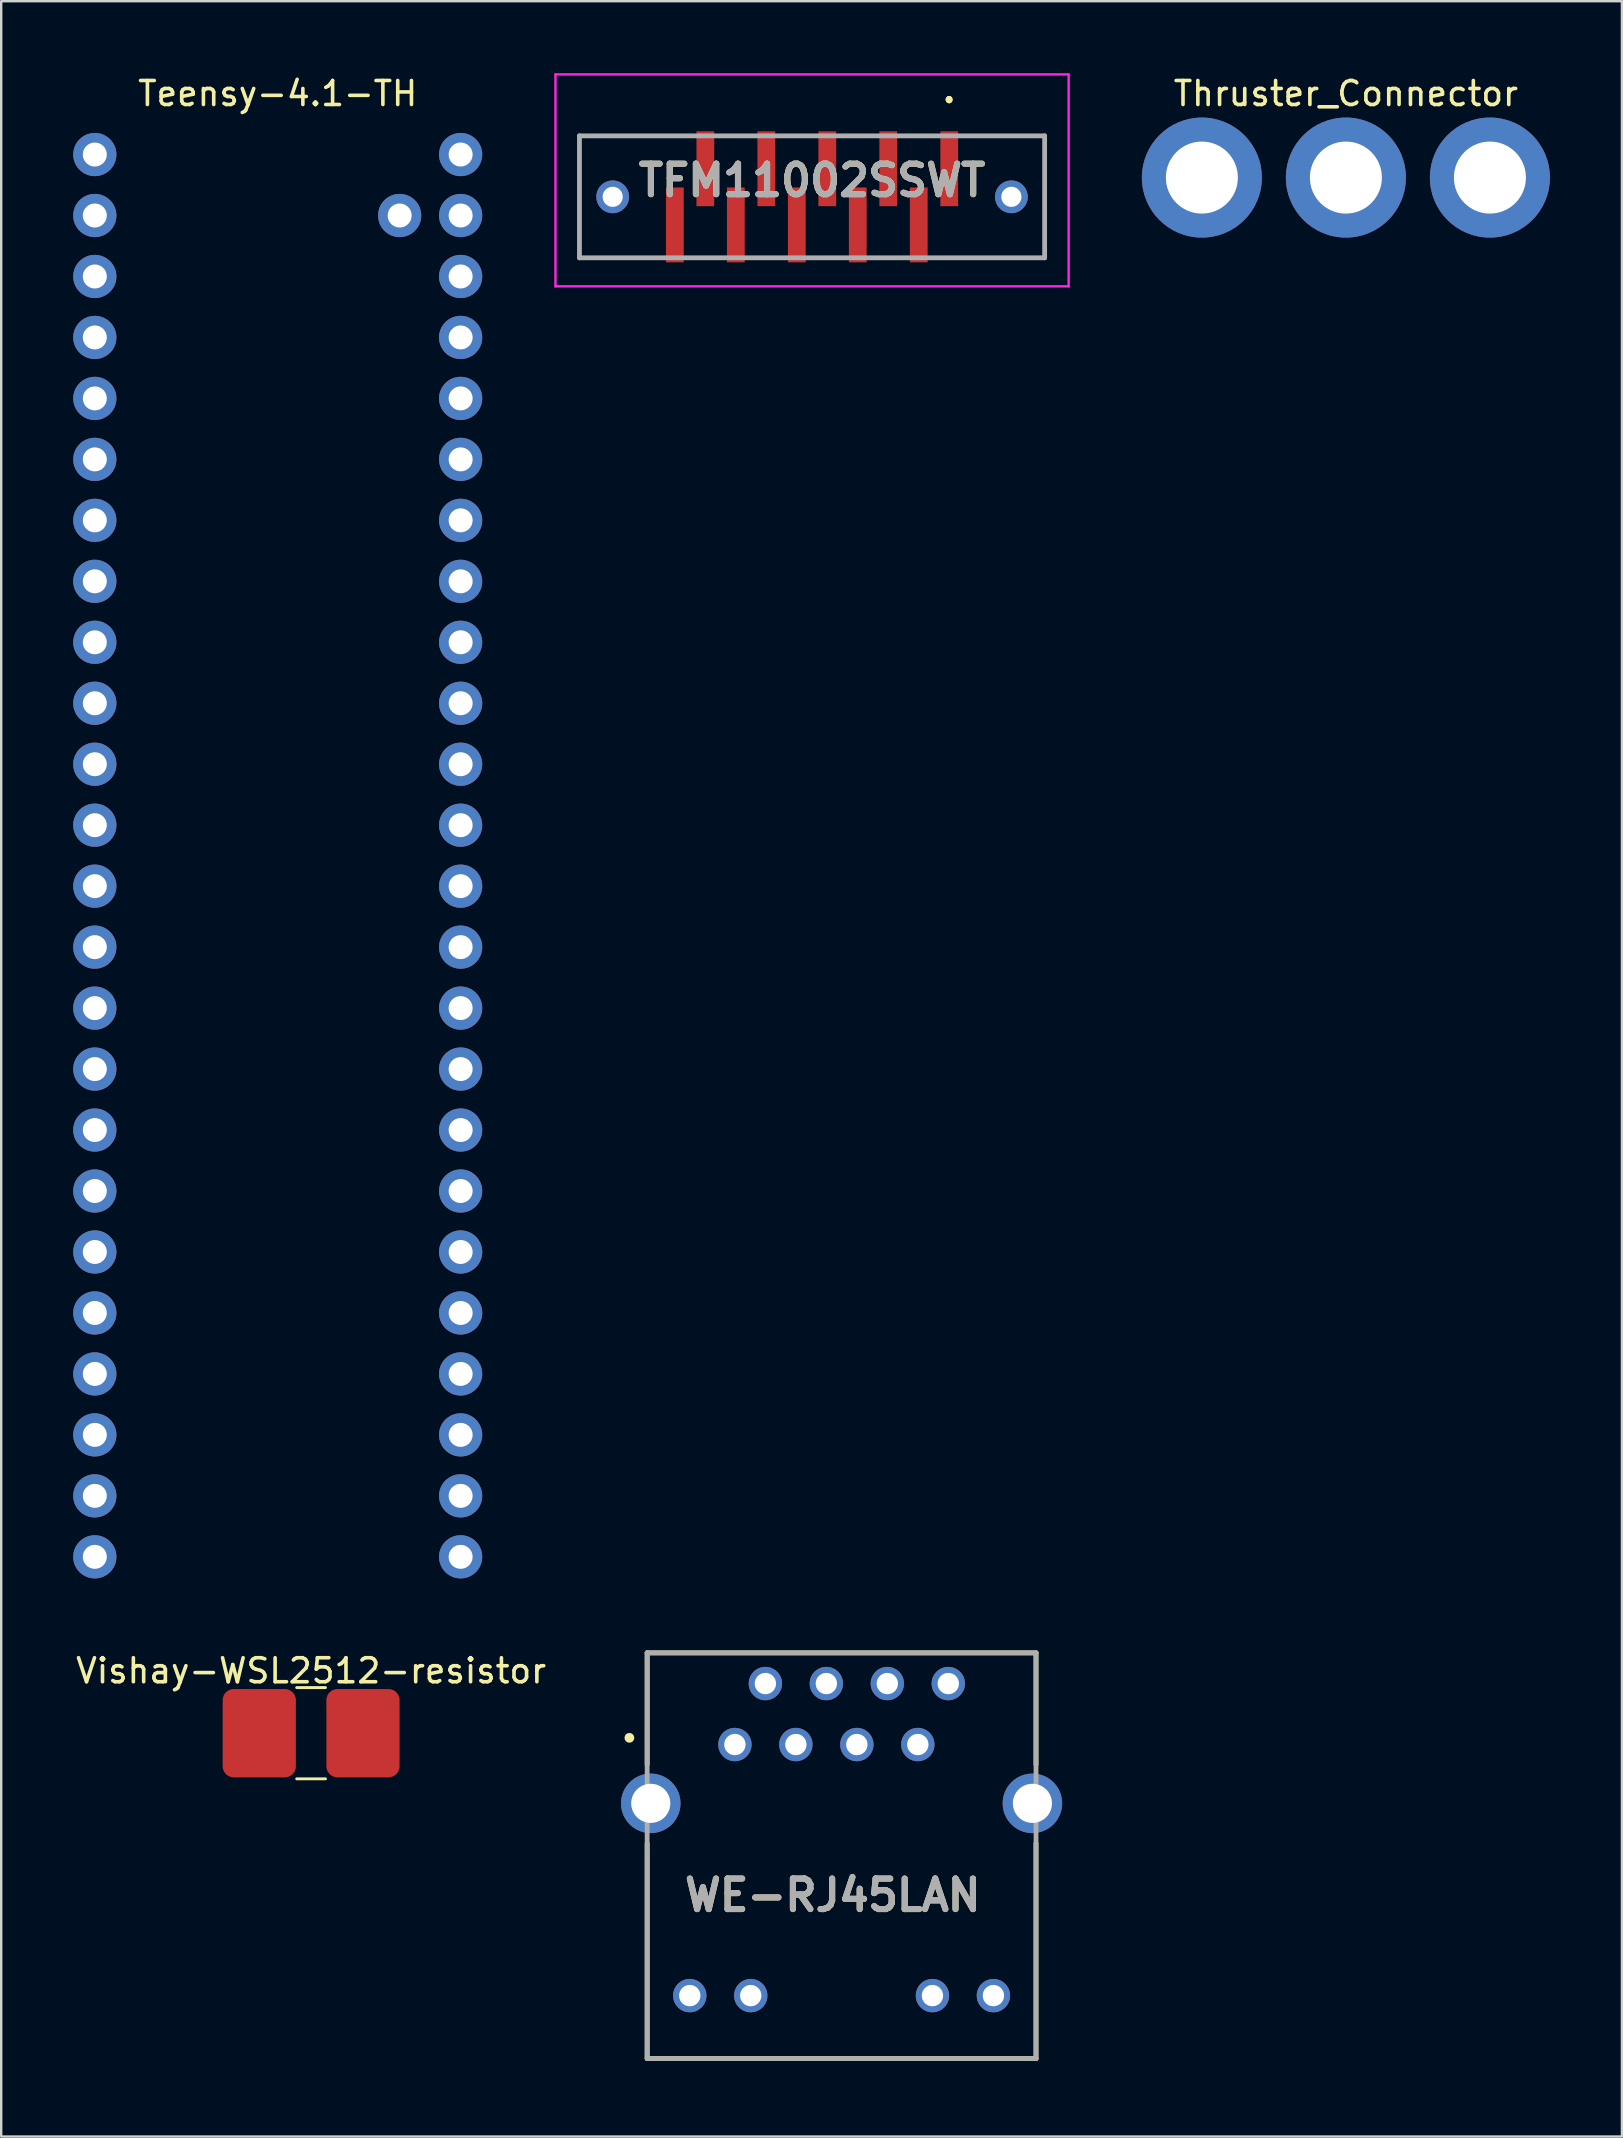
<source format=kicad_pcb>
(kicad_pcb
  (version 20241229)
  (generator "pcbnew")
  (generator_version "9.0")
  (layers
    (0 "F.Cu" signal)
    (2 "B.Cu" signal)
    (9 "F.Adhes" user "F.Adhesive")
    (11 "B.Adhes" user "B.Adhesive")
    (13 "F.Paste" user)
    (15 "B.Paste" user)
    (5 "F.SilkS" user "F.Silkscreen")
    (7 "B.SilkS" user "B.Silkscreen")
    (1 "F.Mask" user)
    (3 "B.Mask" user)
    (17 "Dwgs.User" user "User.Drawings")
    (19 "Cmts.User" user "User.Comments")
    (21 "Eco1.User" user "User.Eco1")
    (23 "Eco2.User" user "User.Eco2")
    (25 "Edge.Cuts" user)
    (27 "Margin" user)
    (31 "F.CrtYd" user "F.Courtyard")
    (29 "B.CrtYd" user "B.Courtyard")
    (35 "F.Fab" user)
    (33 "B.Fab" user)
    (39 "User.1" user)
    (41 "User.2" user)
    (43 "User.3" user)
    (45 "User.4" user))
  (footprint "Teensy-4.1-TH"
    (layer "F.Cu")
    (at 8.52 32.598)
    (property "Reference" "Teensy-4.1-TH" (at 0 -31.75 0) (layer "F.SilkS") (effects (font (size 1 1) (thickness 0.15))))
    (attr through_hole)
    (pad "1" thru_hole circle (at -7.62 -29.21) (size 1.8 1.8) (drill 1) (layers "*.Cu" "*.Mask"))
    (pad "2" thru_hole circle (at -7.62 -26.67) (size 1.8 1.8) (drill 1) (layers "*.Cu" "*.Mask"))
    (pad "3" thru_hole circle (at -7.62 -24.13) (size 1.8 1.8) (drill 1) (layers "*.Cu" "*.Mask"))
    (pad "4" thru_hole circle (at -7.62 -21.59) (size 1.8 1.8) (drill 1) (layers "*.Cu" "*.Mask"))
    (pad "5" thru_hole circle (at -7.62 -19.05) (size 1.8 1.8) (drill 1) (layers "*.Cu" "*.Mask"))
    (pad "6" thru_hole circle (at -7.62 -16.51) (size 1.8 1.8) (drill 1) (layers "*.Cu" "*.Mask"))
    (pad "7" thru_hole circle (at -7.62 -13.97) (size 1.8 1.8) (drill 1) (layers "*.Cu" "*.Mask"))
    (pad "8" thru_hole circle (at -7.62 -11.43) (size 1.8 1.8) (drill 1) (layers "*.Cu" "*.Mask"))
    (pad "9" thru_hole circle (at -7.62 -8.89) (size 1.8 1.8) (drill 1) (layers "*.Cu" "*.Mask"))
    (pad "10" thru_hole circle (at -7.62 -6.35) (size 1.8 1.8) (drill 1) (layers "*.Cu" "*.Mask"))
    (pad "11" thru_hole circle (at -7.62 -3.81) (size 1.8 1.8) (drill 1) (layers "*.Cu" "*.Mask"))
    (pad "12" thru_hole circle (at -7.62 -1.27) (size 1.8 1.8) (drill 1) (layers "*.Cu" "*.Mask"))
    (pad "13" thru_hole circle (at -7.62 1.27) (size 1.8 1.8) (drill 1) (layers "*.Cu" "*.Mask"))
    (pad "14" thru_hole circle (at -7.62 3.81) (size 1.8 1.8) (drill 1) (layers "*.Cu" "*.Mask"))
    (pad "15" thru_hole circle (at -7.62 6.35) (size 1.8 1.8) (drill 1) (layers "*.Cu" "*.Mask"))
    (pad "16" thru_hole circle (at -7.62 8.89) (size 1.8 1.8) (drill 1) (layers "*.Cu" "*.Mask"))
    (pad "17" thru_hole circle (at -7.62 11.43) (size 1.8 1.8) (drill 1) (layers "*.Cu" "*.Mask"))
    (pad "18" thru_hole circle (at -7.62 13.97) (size 1.8 1.8) (drill 1) (layers "*.Cu" "*.Mask"))
    (pad "19" thru_hole circle (at -7.62 16.51) (size 1.8 1.8) (drill 1) (layers "*.Cu" "*.Mask"))
    (pad "20" thru_hole circle (at -7.62 19.05) (size 1.8 1.8) (drill 1) (layers "*.Cu" "*.Mask"))
    (pad "21" thru_hole circle (at -7.62 21.59) (size 1.8 1.8) (drill 1) (layers "*.Cu" "*.Mask"))
    (pad "22" thru_hole circle (at -7.62 24.13) (size 1.8 1.8) (drill 1) (layers "*.Cu" "*.Mask"))
    (pad "23" thru_hole circle (at -7.62 26.67) (size 1.8 1.8) (drill 1) (layers "*.Cu" "*.Mask"))
    (pad "24" thru_hole circle (at -7.62 29.21) (size 1.8 1.8) (drill 1) (layers "*.Cu" "*.Mask"))
    (pad "25" thru_hole circle (at 7.62 29.21) (size 1.8 1.8) (drill 1) (layers "*.Cu" "*.Mask"))
    (pad "26" thru_hole circle (at 7.62 26.67) (size 1.8 1.8) (drill 1) (layers "*.Cu" "*.Mask"))
    (pad "27" thru_hole circle (at 7.62 24.13) (size 1.8 1.8) (drill 1) (layers "*.Cu" "*.Mask"))
    (pad "28" thru_hole circle (at 7.62 21.59) (size 1.8 1.8) (drill 1) (layers "*.Cu" "*.Mask"))
    (pad "29" thru_hole circle (at 7.62 19.05) (size 1.8 1.8) (drill 1) (layers "*.Cu" "*.Mask"))
    (pad "30" thru_hole circle (at 7.62 16.51) (size 1.8 1.8) (drill 1) (layers "*.Cu" "*.Mask"))
    (pad "31" thru_hole circle (at 7.62 13.97) (size 1.8 1.8) (drill 1) (layers "*.Cu" "*.Mask"))
    (pad "32" thru_hole circle (at 7.62 11.43) (size 1.8 1.8) (drill 1) (layers "*.Cu" "*.Mask"))
    (pad "33" thru_hole circle (at 7.62 8.89) (size 1.8 1.8) (drill 1) (layers "*.Cu" "*.Mask"))
    (pad "34" thru_hole circle (at 7.62 6.35) (size 1.8 1.8) (drill 1) (layers "*.Cu" "*.Mask"))
    (pad "35" thru_hole circle (at 7.62 3.81) (size 1.8 1.8) (drill 1) (layers "*.Cu" "*.Mask"))
    (pad "36" thru_hole circle (at 7.62 1.27) (size 1.8 1.8) (drill 1) (layers "*.Cu" "*.Mask"))
    (pad "37" thru_hole circle (at 7.62 -1.27) (size 1.8 1.8) (drill 1) (layers "*.Cu" "*.Mask"))
    (pad "38" thru_hole circle (at 7.62 -3.81) (size 1.8 1.8) (drill 1) (layers "*.Cu" "*.Mask"))
    (pad "39" thru_hole circle (at 7.62 -6.35) (size 1.8 1.8) (drill 1) (layers "*.Cu" "*.Mask"))
    (pad "40" thru_hole circle (at 7.62 -8.89) (size 1.8 1.8) (drill 1) (layers "*.Cu" "*.Mask"))
    (pad "41" thru_hole circle (at 7.62 -11.43) (size 1.8 1.8) (drill 1) (layers "*.Cu" "*.Mask"))
    (pad "42" thru_hole circle (at 7.62 -13.97) (size 1.8 1.8) (drill 1) (layers "*.Cu" "*.Mask"))
    (pad "43" thru_hole circle (at 7.62 -16.51) (size 1.8 1.8) (drill 1) (layers "*.Cu" "*.Mask"))
    (pad "44" thru_hole circle (at 7.62 -19.05) (size 1.8 1.8) (drill 1) (layers "*.Cu" "*.Mask"))
    (pad "45" thru_hole circle (at 7.62 -21.59) (size 1.8 1.8) (drill 1) (layers "*.Cu" "*.Mask"))
    (pad "46" thru_hole circle (at 7.62 -24.13) (size 1.8 1.8) (drill 1) (layers "*.Cu" "*.Mask"))
    (pad "47" thru_hole circle (at 7.62 -26.67) (size 1.8 1.8) (drill 1) (layers "*.Cu" "*.Mask"))
    (pad "48" thru_hole circle (at 7.62 -29.21) (size 1.8 1.8) (drill 1) (layers "*.Cu" "*.Mask"))
    (pad "49" thru_hole circle (at 5.08 -26.67) (size 1.8 1.8) (drill 1) (layers "*.Cu" "*.Mask")))
  (footprint "Thruster_Connector"
    (layer "F.Cu")
    (at 53.02 4.348)
    (property "Reference" "Thruster_Connector" (at 0 -3.5 0) (layer "F.SilkS") (effects (font (size 1 1) (thickness 0.15))))
    (attr through_hole)
    (pad "1" thru_hole circle (at -6 0) (size 5 5) (drill 3) (layers "*.Cu" "*.Mask"))
    (pad "2" thru_hole circle (at 0 0) (size 5 5) (drill 3) (layers "*.Cu" "*.Mask"))
    (pad "3" thru_hole circle (at 6 0) (size 5 5) (drill 3) (layers "*.Cu" "*.Mask")))
  (footprint "WE-RJ45LAN"
    (layer "F.Cu")
    (at 32.011 82.708)
    (property "Reference" "WE-RJ45LAN" (at -0.364 -6.801 0) (layer "F.SilkS") (effects (font (size 1.27 1.27) (thickness 0.254))))
    (attr through_hole)
    (fp_line (start -8.1 -16.9) (end -8.1 -12.246) (stroke (width 0.2) (type solid)) (layer "F.SilkS"))
    (fp_line (start -8.1 0) (end -8.1 -8.965) (stroke (width 0.2) (type solid)) (layer "F.SilkS"))
    (fp_line (start -8.1 0) (end 8.1 0) (stroke (width 0.2) (type solid)) (layer "F.SilkS"))
    (fp_line (start 8.1 -16.9) (end -8.1 -16.9) (stroke (width 0.2) (type solid)) (layer "F.SilkS"))
    (fp_line (start 8.1 -16.9) (end 8.1 -12.246) (stroke (width 0.2) (type solid)) (layer "F.SilkS"))
    (fp_line (start 8.1 0) (end 8.1 -8.965) (stroke (width 0.2) (type solid)) (layer "F.SilkS"))
    (fp_circle (center -8.84 -13.36) (end -8.84 -13.256) (stroke (width 0.2) (type solid)) (fill no) (layer "F.SilkS"))
    (fp_line (start -8.1 -16.9) (end 8.1 -16.9) (stroke (width 0.2) (type solid)) (layer "F.Fab"))
    (fp_line (start -8.1 0) (end -8.1 -16.9) (stroke (width 0.2) (type solid)) (layer "F.Fab"))
    (fp_line (start 8.1 -16.9) (end 8.1 0) (stroke (width 0.2) (type solid)) (layer "F.Fab"))
    (fp_line (start 8.1 0) (end -8.1 0) (stroke (width 0.2) (type solid)) (layer "F.Fab"))
    (fp_text user "${REFERENCE}" (at -0.364 -6.801 0) (layer "F.Fab") (effects (font (size 1.27 1.27) (thickness 0.254))))
    (pad "" np_thru_hole circle (at -5.474 -6.73) (size 0.001 0.001) (drill 3.2) (layers "*.Cu" "*.Mask"))
    (pad "" np_thru_hole circle (at 5.715 -6.73) (size 0.001 0.001) (drill 3.2) (layers "*.Cu" "*.Mask"))
    (pad "1" thru_hole circle (at -4.445 -13.08) (size 1.39 1.39) (drill 0.89) (layers "*.Cu" "*.Mask"))
    (pad "2" thru_hole circle (at -3.175 -15.62) (size 1.39 1.39) (drill 0.89) (layers "*.Cu" "*.Mask"))
    (pad "3" thru_hole circle (at -1.905 -13.08) (size 1.39 1.39) (drill 0.89) (layers "*.Cu" "*.Mask"))
    (pad "4" thru_hole circle (at -0.635 -15.62) (size 1.39 1.39) (drill 0.89) (layers "*.Cu" "*.Mask"))
    (pad "5" thru_hole circle (at 0.635 -13.08) (size 1.39 1.39) (drill 0.89) (layers "*.Cu" "*.Mask"))
    (pad "6" thru_hole circle (at 1.905 -15.62) (size 1.39 1.39) (drill 0.89) (layers "*.Cu" "*.Mask"))
    (pad "7" thru_hole circle (at 3.175 -13.08) (size 1.39 1.39) (drill 0.89) (layers "*.Cu" "*.Mask"))
    (pad "8" thru_hole circle (at 4.445 -15.62) (size 1.39 1.39) (drill 0.89) (layers "*.Cu" "*.Mask"))
    (pad "9" thru_hole circle (at -6.325 -2.62) (size 1.39 1.39) (drill 0.89) (layers "*.Cu" "*.Mask"))
    (pad "10" thru_hole circle (at -3.785 -2.62) (size 1.39 1.39) (drill 0.89) (layers "*.Cu" "*.Mask"))
    (pad "11" thru_hole circle (at 3.785 -2.62) (size 1.39 1.39) (drill 0.89) (layers "*.Cu" "*.Mask"))
    (pad "12" thru_hole circle (at 6.325 -2.62) (size 1.39 1.39) (drill 0.89) (layers "*.Cu" "*.Mask"))
    (pad "13" thru_hole circle (at 7.95 -10.63) (size 2.48 2.48) (drill 1.63) (layers "*.Cu" "*.Mask"))
    (pad "14" thru_hole circle (at -7.95 -10.63) (size 2.48 2.48) (drill 1.63) (layers "*.Cu" "*.Mask")))
  (footprint "TFM11002SSWT"
    (layer "F.Cu")
    (at 30.78 5.15)
    (property "Reference" "TFM11002SSWT" (at 0 -0.685 0) (layer "F.SilkS") (effects (font (size 1.27 1.27) (thickness 0.254))))
    (attr through_hole)
    (fp_line (start -9.69 -2.54) (end -9.69 2.5) (stroke (width 0.1) (type solid)) (layer "F.SilkS"))
    (fp_line (start -9.69 2.5) (end -9.69 2.54) (stroke (width 0.1) (type solid)) (layer "F.SilkS"))
    (fp_line (start -9.69 2.54) (end -6.5 2.54) (stroke (width 0.1) (type solid)) (layer "F.SilkS"))
    (fp_line (start -5.5 -2.54) (end -9.69 -2.54) (stroke (width 0.1) (type solid)) (layer "F.SilkS"))
    (fp_line (start 5.715 -4.1) (end 5.715 -4.1) (stroke (width 0.2) (type solid)) (layer "F.SilkS"))
    (fp_line (start 5.715 -4.1) (end 5.715 -4.1) (stroke (width 0.2) (type solid)) (layer "F.SilkS"))
    (fp_line (start 5.715 -4) (end 5.715 -4) (stroke (width 0.2) (type solid)) (layer "F.SilkS"))
    (fp_line (start 6.5 -2.54) (end 9.69 -2.54) (stroke (width 0.1) (type solid)) (layer "F.SilkS"))
    (fp_line (start 9.69 -2.54) (end 9.69 2.5) (stroke (width 0.1) (type solid)) (layer "F.SilkS"))
    (fp_line (start 9.69 2.5) (end 9.69 2.54) (stroke (width 0.1) (type solid)) (layer "F.SilkS"))
    (fp_line (start 9.69 2.54) (end 5.5 2.54) (stroke (width 0.1) (type solid)) (layer "F.SilkS"))
    (fp_arc (start 5.715 -4.1) (mid 5.765 -4.05) (end 5.715 -4) (stroke (width 0.2) (type solid)) (layer "F.SilkS"))
    (fp_arc (start 5.715 -4) (mid 5.665 -4.05) (end 5.715 -4.1) (stroke (width 0.2) (type solid)) (layer "F.SilkS"))
    (fp_arc (start 5.715 -4) (mid 5.665 -4.05) (end 5.715 -4.1) (stroke (width 0.2) (type solid)) (layer "F.SilkS"))
    (fp_line (start -10.69 -5.1) (end 10.69 -5.1) (stroke (width 0.1) (type solid)) (layer "F.CrtYd"))
    (fp_line (start -10.69 3.73) (end -10.69 -5.1) (stroke (width 0.1) (type solid)) (layer "F.CrtYd"))
    (fp_line (start 10.69 -5.1) (end 10.69 3.73) (stroke (width 0.1) (type solid)) (layer "F.CrtYd"))
    (fp_line (start 10.69 3.73) (end -10.69 3.73) (stroke (width 0.1) (type solid)) (layer "F.CrtYd"))
    (fp_line (start -9.69 -2.54) (end 9.69 -2.54) (stroke (width 0.2) (type solid)) (layer "F.Fab"))
    (fp_line (start -9.69 2.54) (end -9.69 -2.54) (stroke (width 0.2) (type solid)) (layer "F.Fab"))
    (fp_line (start 9.69 -2.54) (end 9.69 2.54) (stroke (width 0.2) (type solid)) (layer "F.Fab"))
    (fp_line (start 9.69 2.54) (end -9.69 2.54) (stroke (width 0.2) (type solid)) (layer "F.Fab"))
    (fp_text user "${REFERENCE}" (at 0 -0.685 0) (layer "F.Fab") (effects (font (size 1.27 1.27) (thickness 0.254))))
    (pad "1" smd rect (at 5.715 -1.17) (size 0.74 3.12) (layers "F.Cu" "F.Mask" "F.Paste"))
    (pad "2" smd rect (at 4.445 1.17) (size 0.74 3.12) (layers "F.Cu" "F.Mask" "F.Paste"))
    (pad "3" smd rect (at 3.175 -1.17) (size 0.74 3.12) (layers "F.Cu" "F.Mask" "F.Paste"))
    (pad "4" smd rect (at 1.905 1.17) (size 0.74 3.12) (layers "F.Cu" "F.Mask" "F.Paste"))
    (pad "5" smd rect (at 0.635 -1.17) (size 0.74 3.12) (layers "F.Cu" "F.Mask" "F.Paste"))
    (pad "6" smd rect (at -0.635 1.17) (size 0.74 3.12) (layers "F.Cu" "F.Mask" "F.Paste"))
    (pad "7" smd rect (at -1.905 -1.17) (size 0.74 3.12) (layers "F.Cu" "F.Mask" "F.Paste"))
    (pad "8" smd rect (at -3.175 1.17) (size 0.74 3.12) (layers "F.Cu" "F.Mask" "F.Paste"))
    (pad "9" smd rect (at -4.445 -1.17) (size 0.74 3.12) (layers "F.Cu" "F.Mask" "F.Paste"))
    (pad "10" smd rect (at -5.715 1.17) (size 0.74 3.12) (layers "F.Cu" "F.Mask" "F.Paste"))
    (pad "MH1" thru_hole circle (at 8.305 0) (size 1.365 1.365) (drill 0.84) (layers "*.Cu" "*.Mask"))
    (pad "MH2" thru_hole circle (at -8.305 0) (size 1.365 1.365) (drill 0.84) (layers "*.Cu" "*.Mask")))
  (footprint "Vishay-WSL2512-resistor"
    (layer "F.Cu")
    (at 9.911 69.156)
    (property "Reference" "Vishay-WSL2512-resistor" (at 0 -2.6 180) (layer "F.SilkS") (effects (font (size 1 1) (thickness 0.15))))
    (attr through_hole)
    (fp_line (start -0.6 -1.9) (end 0.6 -1.9) (stroke (width 0.12) (type solid)) (layer "F.SilkS"))
    (fp_line (start -0.6 1.9) (end 0.6 1.9) (stroke (width 0.12) (type solid)) (layer "F.SilkS"))
    (pad "1" smd roundrect (at -2.16 0 90) (size 3.68 3.05) (layers "F.Cu" "F.Mask" "F.Paste") (roundrect_rratio 0.15))
    (pad "2" smd roundrect (at 2.16 0 90) (size 3.68 3.05) (layers "F.Cu" "F.Mask" "F.Paste") (roundrect_rratio 0.15)))
  (gr_rect
    (start -3 -3)
    (end 64.52 85.958)
    (stroke (width 0.1) (type default))
    (fill no)
    (layer "Edge.Cuts")))
</source>
